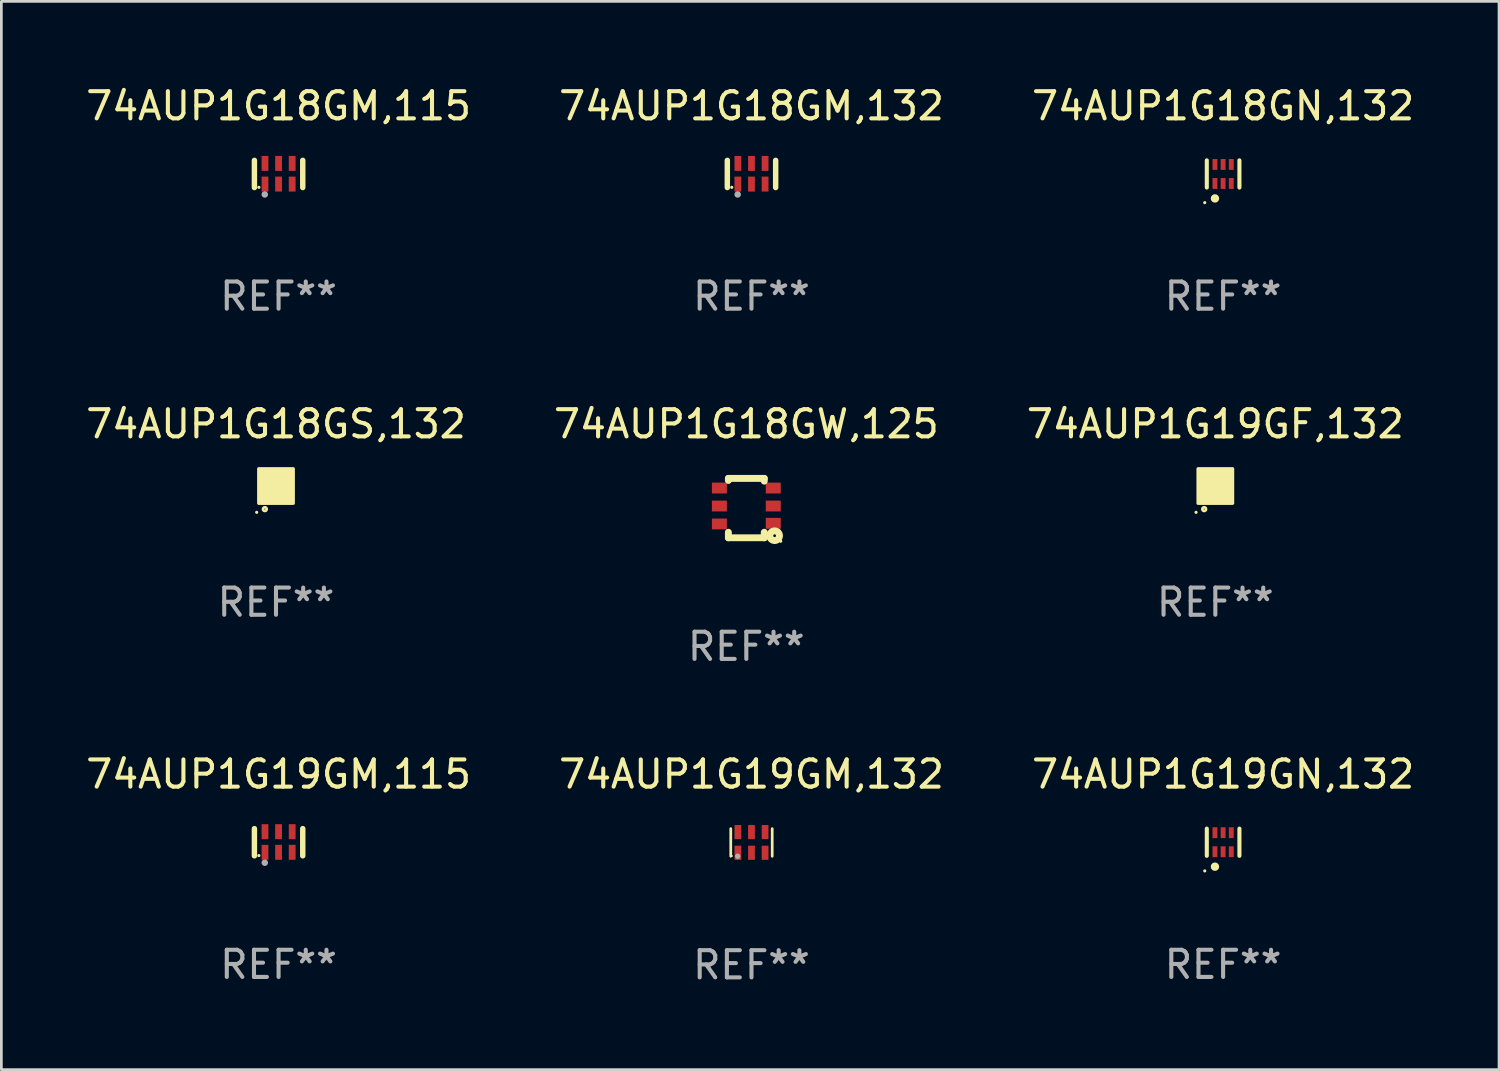
<source format=kicad_pcb>
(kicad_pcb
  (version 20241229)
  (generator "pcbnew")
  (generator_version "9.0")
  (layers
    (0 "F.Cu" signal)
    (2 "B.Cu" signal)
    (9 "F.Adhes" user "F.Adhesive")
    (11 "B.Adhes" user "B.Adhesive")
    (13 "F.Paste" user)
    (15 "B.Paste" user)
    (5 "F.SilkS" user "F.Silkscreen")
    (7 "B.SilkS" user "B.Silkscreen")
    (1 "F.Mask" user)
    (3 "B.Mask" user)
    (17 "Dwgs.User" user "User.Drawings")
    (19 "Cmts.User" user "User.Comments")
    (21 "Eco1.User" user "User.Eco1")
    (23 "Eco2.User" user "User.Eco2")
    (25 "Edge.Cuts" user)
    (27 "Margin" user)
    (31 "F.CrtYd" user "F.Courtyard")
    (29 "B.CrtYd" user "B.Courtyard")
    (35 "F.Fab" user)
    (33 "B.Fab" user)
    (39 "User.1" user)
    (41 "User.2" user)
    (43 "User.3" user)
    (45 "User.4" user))
  (footprint "74AUP1G18GS,132"
    (layer "F.Cu")
    (at 7.101 14.825)
    (property "Reference" "74AUP1G18GS,132" (at 0 -2.28 0) (layer "F.SilkS") (effects (font (size 1 1) (thickness 0.15))))
    (attr through_hole)
    (fp_circle (center -0.71 0.968) (end -0.68 0.968) (stroke (width 0.06) (type solid)) (fill no) (layer "F.SilkS"))
    (fp_circle (center -0.41 0.85) (end -0.342 0.85) (stroke (width 0.1) (type solid)) (fill no) (layer "F.SilkS"))
    (fp_poly (pts (xy -0.635 -0.635) (xy 0.635 -0.635) (xy 0.635 0.635) (xy -0.635 0.635)) (stroke (width 0.12) (type solid)) (fill yes) (layer "F.SilkS"))
    (fp_text user "REF**" (at 0 4.28 0) (layer "F.Fab") (effects (font (size 1 1) (thickness 0.15))))
    (pad "1" smd rect (at -0.35 0.28 90) (size 0.35 0.2) (layers "F.Cu" "F.Mask" "F.Paste"))
    (pad "2" smd rect (at 0 0.28 90) (size 0.35 0.2) (layers "F.Cu" "F.Mask" "F.Paste"))
    (pad "3" smd rect (at 0.35 0.28 90) (size 0.35 0.2) (layers "F.Cu" "F.Mask" "F.Paste"))
    (pad "4" smd rect (at 0.35 -0.28 90) (size 0.35 0.2) (layers "F.Cu" "F.Mask" "F.Paste"))
    (pad "5" smd rect (at 0 -0.28 90) (size 0.35 0.2) (layers "F.Cu" "F.Mask" "F.Paste"))
    (pad "6" smd rect (at -0.35 -0.28 90) (size 0.35 0.2) (layers "F.Cu" "F.Mask" "F.Paste")))
  (footprint "74AUP1G18GN,132"
    (layer "F.Cu")
    (at 41.935 3.348)
    (property "Reference" "74AUP1G18GN,132" (at 0 -2.5 0) (layer "F.SilkS") (effects (font (size 1 1) (thickness 0.15))))
    (attr through_hole)
    (fp_line (start -0.6 -0.5) (end -0.6 0.5) (stroke (width 0.15) (type solid)) (layer "F.SilkS"))
    (fp_line (start 0.6 0.5) (end 0.6 -0.5) (stroke (width 0.15) (type solid)) (layer "F.SilkS"))
    (fp_circle (center -0.675 1.055) (end -0.645 1.055) (stroke (width 0.06) (type solid)) (fill no) (layer "F.SilkS"))
    (fp_circle (center -0.3 0.9) (end -0.22 0.9) (stroke (width 0.15) (type solid)) (fill no) (layer "F.SilkS"))
    (fp_text user "REF**" (at 0 4.5 0) (layer "F.Fab") (effects (font (size 1 1) (thickness 0.15))))
    (pad "1" smd rect (at -0.3 0.35) (size 0.18 0.4) (layers "F.Cu" "F.Mask" "F.Paste"))
    (pad "2" smd rect (at 0.000025 0.35) (size 0.18 0.4) (layers "F.Cu" "F.Mask" "F.Paste"))
    (pad "3" smd rect (at 0.3 0.35) (size 0.18 0.4) (layers "F.Cu" "F.Mask" "F.Paste"))
    (pad "4" smd rect (at 0.3 -0.35) (size 0.18 0.4) (layers "F.Cu" "F.Mask" "F.Paste"))
    (pad "5" smd rect (at 0.000025 -0.35) (size 0.18 0.4) (layers "F.Cu" "F.Mask" "F.Paste"))
    (pad "6" smd rect (at -0.3 -0.35) (size 0.18 0.4) (layers "F.Cu" "F.Mask" "F.Paste")))
  (footprint "74AUP1G19GM,132"
    (layer "F.Cu")
    (at 24.589 27.934)
    (property "Reference" "74AUP1G19GM,132" (at 0 -2.508 0) (layer "F.SilkS") (effects (font (size 1 1) (thickness 0.15))))
    (attr through_hole)
    (fp_line (start -0.762 -0.508) (end -0.762 0.508) (stroke (width 0.1) (type solid)) (layer "F.SilkS"))
    (fp_line (start 0.762 -0.508) (end 0.762 0.508) (stroke (width 0.1) (type solid)) (layer "F.SilkS"))
    (fp_circle (center -0.725 0.5) (end -0.705 0.5) (stroke (width 0.04) (type solid)) (fill no) (layer "F.SilkS"))
    (fp_circle (center -0.508 0.508) (end -0.458 0.508) (stroke (width 0.1) (type solid)) (fill no) (layer "F.Fab"))
    (fp_text user "REF**" (at 0 4.508 0) (layer "F.Fab") (effects (font (size 1 1) (thickness 0.15))))
    (pad "1" smd rect (at -0.5 0.38) (size 0.25 0.52) (layers "F.Cu" "F.Mask" "F.Paste"))
    (pad "2" smd rect (at -0.000127 0.38) (size 0.25 0.52) (layers "F.Cu" "F.Mask" "F.Paste"))
    (pad "3" smd rect (at 0.5 0.38) (size 0.25 0.52) (layers "F.Cu" "F.Mask" "F.Paste"))
    (pad "4" smd rect (at 0.5 -0.38 180) (size 0.25 0.52) (layers "F.Cu" "F.Mask" "F.Paste"))
    (pad "5" smd rect (at -0.000127 -0.38 180) (size 0.25 0.52) (layers "F.Cu" "F.Mask" "F.Paste"))
    (pad "6" smd rect (at -0.5 -0.38 180) (size 0.25 0.52) (layers "F.Cu" "F.Mask" "F.Paste")))
  (footprint "74AUP1G18GM,132"
    (layer "F.Cu")
    (at 24.589 3.348)
    (property "Reference" "74AUP1G18GM,132" (at 0 -2.5 0) (layer "F.SilkS") (effects (font (size 1 1) (thickness 0.15))))
    (attr through_hole)
    (fp_line (start -0.889 0.5) (end -0.889 -0.5) (stroke (width 0.2) (type solid)) (layer "F.SilkS"))
    (fp_line (start 0.889 0.5) (end 0.889 -0.5) (stroke (width 0.2) (type solid)) (layer "F.SilkS"))
    (fp_circle (center -0.725 0.492) (end -0.695 0.492) (stroke (width 0.06) (type solid)) (fill no) (layer "F.SilkS"))
    (fp_circle (center -0.508 0.754) (end -0.448 0.754) (stroke (width 0.12) (type solid)) (fill no) (layer "F.Fab"))
    (fp_text user "REF**" (at 0 4.5 0) (layer "F.Fab") (effects (font (size 1 1) (thickness 0.15))))
    (pad "1" smd rect (at -0.5 0.372) (size 0.25 0.55) (layers "F.Cu" "F.Mask" "F.Paste"))
    (pad "2" smd rect (at -0.000127 0.372) (size 0.25 0.55) (layers "F.Cu" "F.Mask" "F.Paste"))
    (pad "3" smd rect (at 0.5 0.372) (size 0.25 0.55) (layers "F.Cu" "F.Mask" "F.Paste"))
    (pad "4" smd rect (at 0.5 -0.388 180) (size 0.25 0.55) (layers "F.Cu" "F.Mask" "F.Paste"))
    (pad "5" smd rect (at -0.000127 -0.388 180) (size 0.25 0.55) (layers "F.Cu" "F.Mask" "F.Paste"))
    (pad "6" smd rect (at -0.5 -0.388 180) (size 0.25 0.55) (layers "F.Cu" "F.Mask" "F.Paste")))
  (footprint "74AUP1G19GN,132"
    (layer "F.Cu")
    (at 41.935 27.926)
    (property "Reference" "74AUP1G19GN,132" (at 0 -2.5 0) (layer "F.SilkS") (effects (font (size 1 1) (thickness 0.15))))
    (attr through_hole)
    (fp_line (start -0.6 -0.5) (end -0.6 0.5) (stroke (width 0.15) (type solid)) (layer "F.SilkS"))
    (fp_line (start 0.6 0.5) (end 0.6 -0.5) (stroke (width 0.15) (type solid)) (layer "F.SilkS"))
    (fp_circle (center -0.675 1.055) (end -0.645 1.055) (stroke (width 0.06) (type solid)) (fill no) (layer "F.SilkS"))
    (fp_circle (center -0.3 0.9) (end -0.22 0.9) (stroke (width 0.15) (type solid)) (fill no) (layer "F.SilkS"))
    (fp_text user "REF**" (at 0 4.5 0) (layer "F.Fab") (effects (font (size 1 1) (thickness 0.15))))
    (pad "1" smd rect (at -0.3 0.35) (size 0.18 0.4) (layers "F.Cu" "F.Mask" "F.Paste"))
    (pad "2" smd rect (at 0.000025 0.35) (size 0.18 0.4) (layers "F.Cu" "F.Mask" "F.Paste"))
    (pad "3" smd rect (at 0.3 0.35) (size 0.18 0.4) (layers "F.Cu" "F.Mask" "F.Paste"))
    (pad "4" smd rect (at 0.3 -0.35) (size 0.18 0.4) (layers "F.Cu" "F.Mask" "F.Paste"))
    (pad "5" smd rect (at 0.000025 -0.35) (size 0.18 0.4) (layers "F.Cu" "F.Mask" "F.Paste"))
    (pad "6" smd rect (at -0.3 -0.35) (size 0.18 0.4) (layers "F.Cu" "F.Mask" "F.Paste")))
  (footprint "74AUP1G18GM,115"
    (layer "F.Cu")
    (at 7.196 3.348)
    (property "Reference" "74AUP1G18GM,115" (at 0 -2.5 0) (layer "F.SilkS") (effects (font (size 1 1) (thickness 0.15))))
    (attr through_hole)
    (fp_line (start -0.889 0.5) (end -0.889 -0.5) (stroke (width 0.2) (type solid)) (layer "F.SilkS"))
    (fp_line (start 0.889 0.5) (end 0.889 -0.5) (stroke (width 0.2) (type solid)) (layer "F.SilkS"))
    (fp_circle (center -0.725 0.492) (end -0.695 0.492) (stroke (width 0.06) (type solid)) (fill no) (layer "F.SilkS"))
    (fp_circle (center -0.508 0.754) (end -0.448 0.754) (stroke (width 0.12) (type solid)) (fill no) (layer "F.Fab"))
    (fp_text user "REF**" (at 0 4.5 0) (layer "F.Fab") (effects (font (size 1 1) (thickness 0.15))))
    (pad "1" smd rect (at -0.5 0.372) (size 0.25 0.55) (layers "F.Cu" "F.Mask" "F.Paste"))
    (pad "2" smd rect (at -0.000127 0.372) (size 0.25 0.55) (layers "F.Cu" "F.Mask" "F.Paste"))
    (pad "3" smd rect (at 0.5 0.372) (size 0.25 0.55) (layers "F.Cu" "F.Mask" "F.Paste"))
    (pad "4" smd rect (at 0.5 -0.388 180) (size 0.25 0.55) (layers "F.Cu" "F.Mask" "F.Paste"))
    (pad "5" smd rect (at -0.000127 -0.388 180) (size 0.25 0.55) (layers "F.Cu" "F.Mask" "F.Paste"))
    (pad "6" smd rect (at -0.5 -0.388 180) (size 0.25 0.55) (layers "F.Cu" "F.Mask" "F.Paste")))
  (footprint "74AUP1G19GM,115"
    (layer "F.Cu")
    (at 7.196 27.926)
    (property "Reference" "74AUP1G19GM,115" (at 0 -2.5 0) (layer "F.SilkS") (effects (font (size 1 1) (thickness 0.15))))
    (attr through_hole)
    (fp_line (start -0.889 0.5) (end -0.889 -0.5) (stroke (width 0.2) (type solid)) (layer "F.SilkS"))
    (fp_line (start 0.889 0.5) (end 0.889 -0.5) (stroke (width 0.2) (type solid)) (layer "F.SilkS"))
    (fp_circle (center -0.725 0.492) (end -0.695 0.492) (stroke (width 0.06) (type solid)) (fill no) (layer "F.SilkS"))
    (fp_circle (center -0.508 0.754) (end -0.448 0.754) (stroke (width 0.12) (type solid)) (fill no) (layer "F.Fab"))
    (fp_text user "REF**" (at 0 4.5 0) (layer "F.Fab") (effects (font (size 1 1) (thickness 0.15))))
    (pad "1" smd rect (at -0.5 0.372) (size 0.25 0.55) (layers "F.Cu" "F.Mask" "F.Paste"))
    (pad "2" smd rect (at -0.000127 0.372) (size 0.25 0.55) (layers "F.Cu" "F.Mask" "F.Paste"))
    (pad "3" smd rect (at 0.5 0.372) (size 0.25 0.55) (layers "F.Cu" "F.Mask" "F.Paste"))
    (pad "4" smd rect (at 0.5 -0.388 180) (size 0.25 0.55) (layers "F.Cu" "F.Mask" "F.Paste"))
    (pad "5" smd rect (at -0.000127 -0.388 180) (size 0.25 0.55) (layers "F.Cu" "F.Mask" "F.Paste"))
    (pad "6" smd rect (at -0.5 -0.388 180) (size 0.25 0.55) (layers "F.Cu" "F.Mask" "F.Paste")))
  (footprint "74AUP1G18GW,125"
    (layer "F.Cu")
    (at 24.399 15.637)
    (property "Reference" "74AUP1G18GW,125" (at 0 -3.092 0) (layer "F.SilkS") (effects (font (size 1 1) (thickness 0.15))))
    (attr through_hole)
    (fp_line (start -0.66 -1.092) (end -0.66 -1.016) (stroke (width 0.254) (type solid)) (layer "F.SilkS"))
    (fp_line (start -0.66 1.092) (end -0.66 0.889) (stroke (width 0.254) (type solid)) (layer "F.SilkS"))
    (fp_line (start 0.66 -1.092) (end -0.66 -1.092) (stroke (width 0.254) (type solid)) (layer "F.SilkS"))
    (fp_line (start 0.66 -0.991) (end 0.66 -1.092) (stroke (width 0.254) (type solid)) (layer "F.SilkS"))
    (fp_line (start 0.66 0.889) (end 0.66 1.092) (stroke (width 0.254) (type solid)) (layer "F.SilkS"))
    (fp_line (start 0.66 1.092) (end -0.66 1.092) (stroke (width 0.254) (type solid)) (layer "F.SilkS"))
    (fp_circle (center 1.041 1.016) (end 1.092 1.016) (stroke (width 0.254) (type solid)) (fill no) (layer "F.SilkS"))
    (fp_circle (center 1.266 1.219) (end 1.296 1.219) (stroke (width 0.06) (type solid)) (fill no) (layer "F.SilkS"))
    (fp_text user "REF**" (at 0 5.092 0) (layer "F.Fab") (effects (font (size 1 1) (thickness 0.15))))
    (pad "1" smd rect (at 0.991 0.559 270) (size 0.399 0.551) (layers "F.Cu" "F.Mask" "F.Paste"))
    (pad "2" smd rect (at 0.991 -0.076 270) (size 0.399 0.551) (layers "F.Cu" "F.Mask" "F.Paste"))
    (pad "3" smd rect (at 0.991 -0.737 270) (size 0.399 0.551) (layers "F.Cu" "F.Mask" "F.Paste"))
    (pad "4" smd rect (at -0.991 -0.737 270) (size 0.399 0.551) (layers "F.Cu" "F.Mask" "F.Paste"))
    (pad "5" smd rect (at -0.991 -0.076 270) (size 0.399 0.551) (layers "F.Cu" "F.Mask" "F.Paste"))
    (pad "6" smd rect (at -0.991 0.584 270) (size 0.399 0.551) (layers "F.Cu" "F.Mask" "F.Paste")))
  (footprint "74AUP1G19GF,132"
    (layer "F.Cu")
    (at 41.649 14.825)
    (property "Reference" "74AUP1G19GF,132" (at 0 -2.28 0) (layer "F.SilkS") (effects (font (size 1 1) (thickness 0.15))))
    (attr through_hole)
    (fp_circle (center -0.71 0.968) (end -0.68 0.968) (stroke (width 0.06) (type solid)) (fill no) (layer "F.SilkS"))
    (fp_circle (center -0.41 0.85) (end -0.342 0.85) (stroke (width 0.1) (type solid)) (fill no) (layer "F.SilkS"))
    (fp_poly (pts (xy -0.635 -0.635) (xy 0.635 -0.635) (xy 0.635 0.635) (xy -0.635 0.635)) (stroke (width 0.12) (type solid)) (fill yes) (layer "F.SilkS"))
    (fp_text user "REF**" (at 0 4.28 0) (layer "F.Fab") (effects (font (size 1 1) (thickness 0.15))))
    (pad "1" smd rect (at -0.35 0.28 90) (size 0.35 0.2) (layers "F.Cu" "F.Mask" "F.Paste"))
    (pad "2" smd rect (at 0 0.28 90) (size 0.35 0.2) (layers "F.Cu" "F.Mask" "F.Paste"))
    (pad "3" smd rect (at 0.35 0.28 90) (size 0.35 0.2) (layers "F.Cu" "F.Mask" "F.Paste"))
    (pad "4" smd rect (at 0.35 -0.28 90) (size 0.35 0.2) (layers "F.Cu" "F.Mask" "F.Paste"))
    (pad "5" smd rect (at 0 -0.28 90) (size 0.35 0.2) (layers "F.Cu" "F.Mask" "F.Paste"))
    (pad "6" smd rect (at -0.35 -0.28 90) (size 0.35 0.2) (layers "F.Cu" "F.Mask" "F.Paste")))
  (gr_rect
    (start -3 -3)
    (end 52.083 36.29)
    (stroke (width 0.1) (type default))
    (fill no)
    (layer "Edge.Cuts")))
</source>
